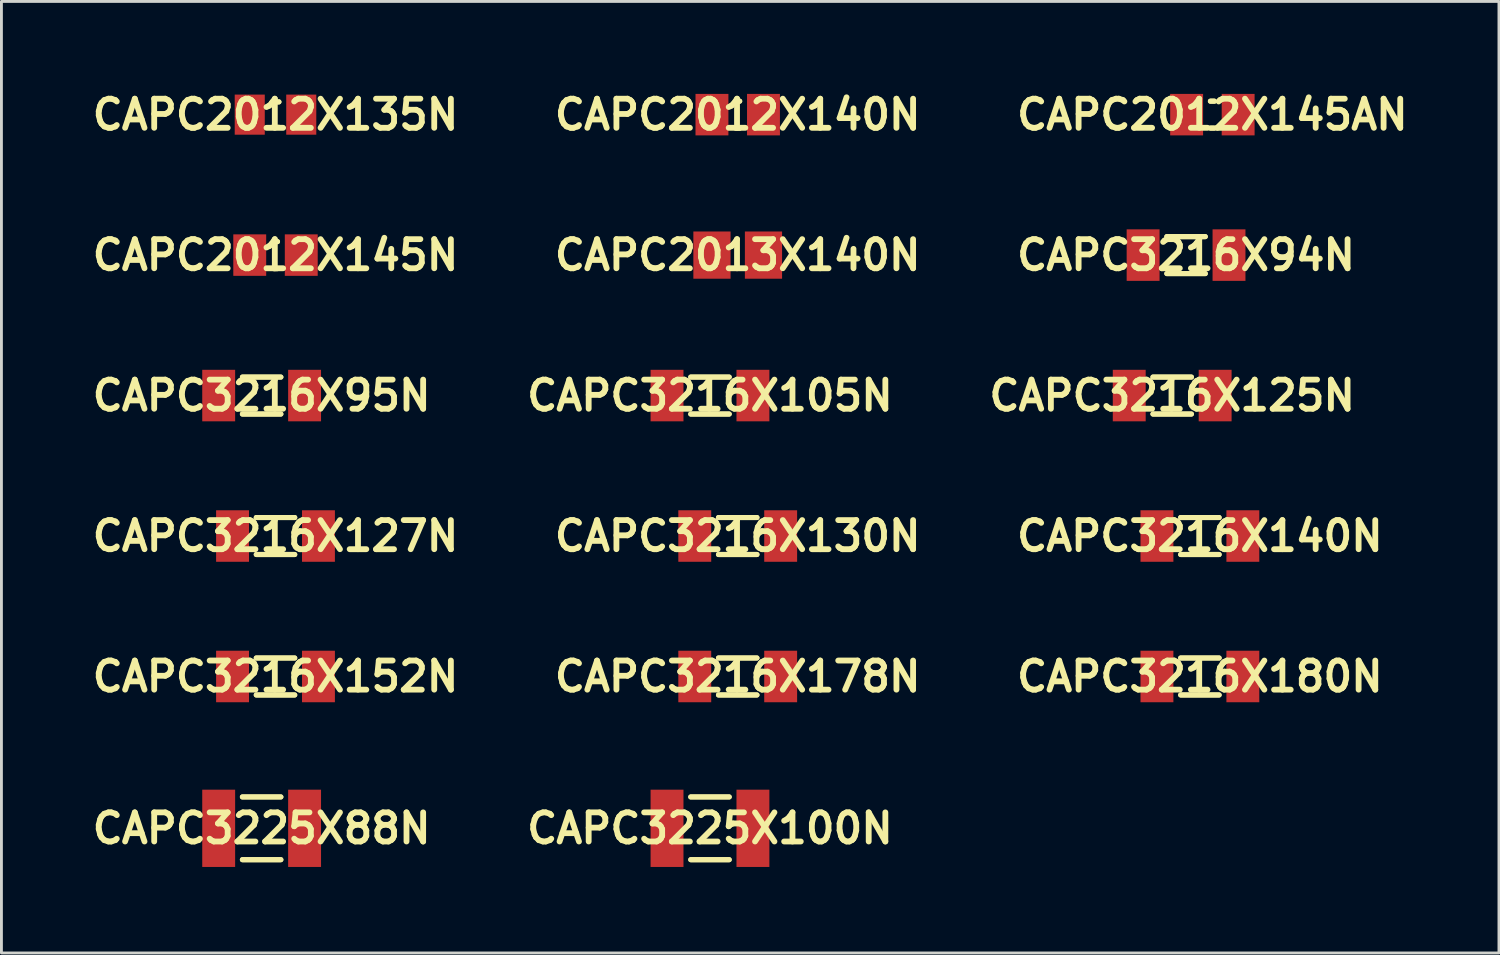
<source format=kicad_pcb>
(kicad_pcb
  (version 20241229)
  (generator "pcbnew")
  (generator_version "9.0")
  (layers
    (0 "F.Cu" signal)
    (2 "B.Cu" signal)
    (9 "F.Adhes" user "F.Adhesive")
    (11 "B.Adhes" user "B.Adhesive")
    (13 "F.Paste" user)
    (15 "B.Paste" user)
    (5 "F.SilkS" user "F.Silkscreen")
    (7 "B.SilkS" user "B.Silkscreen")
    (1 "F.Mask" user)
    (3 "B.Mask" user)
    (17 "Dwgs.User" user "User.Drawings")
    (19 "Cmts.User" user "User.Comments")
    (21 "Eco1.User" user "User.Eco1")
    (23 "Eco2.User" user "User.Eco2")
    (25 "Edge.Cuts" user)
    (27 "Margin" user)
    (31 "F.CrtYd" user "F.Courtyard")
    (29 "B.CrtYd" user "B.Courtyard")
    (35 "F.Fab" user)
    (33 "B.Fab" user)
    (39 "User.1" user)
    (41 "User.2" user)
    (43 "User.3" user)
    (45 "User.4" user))
  (footprint "CAPC2012X140N"
    (layer "F.Cu")
    (at 22.696 0.951)
    (property "Reference" "CAPC2012X140N" (at 0 0 0) (layer "F.SilkS") (effects (font (size 1.016 1.016) (thickness 0.203))))
    (attr smd)
    (fp_line (start -0.069 -0.47) (end 0.069 -0.47) (stroke (width 0.178) (type solid)) (layer "F.SilkS"))
    (fp_line (start -0.069 0.47) (end 0.069 0.47) (stroke (width 0.178) (type solid)) (layer "F.SilkS"))
    (fp_line (start 0.069 -0.47) (end -0.069 -0.47) (stroke (width 0.178) (type solid)) (layer "F.SilkS"))
    (fp_line (start 0.069 0.47) (end -0.069 0.47) (stroke (width 0.178) (type solid)) (layer "F.SilkS"))
    (pad "1" smd rect (at -0.899 0) (size 1.148 1.448) (layers "F.Cu" "F.Mask" "F.Paste"))
    (pad "2" smd rect (at 0.899 0) (size 1.148 1.448) (layers "F.Cu" "F.Mask" "F.Paste")))
  (footprint "CAPC3216X140N"
    (layer "F.Cu")
    (at 38.826 15.657)
    (property "Reference" "CAPC3216X140N" (at 0 0 0) (layer "F.SilkS") (effects (font (size 1.016 1.016) (thickness 0.203))))
    (attr smd)
    (fp_line (start -0.671 -0.645) (end 0.671 -0.645) (stroke (width 0.178) (type solid)) (layer "F.SilkS"))
    (fp_line (start -0.671 0.645) (end 0.671 0.645) (stroke (width 0.178) (type solid)) (layer "F.SilkS"))
    (fp_line (start 0.671 -0.645) (end -0.671 -0.645) (stroke (width 0.178) (type solid)) (layer "F.SilkS"))
    (fp_line (start 0.671 0.645) (end -0.671 0.645) (stroke (width 0.178) (type solid)) (layer "F.SilkS"))
    (pad "1" smd rect (at -1.499 0) (size 1.148 1.798) (layers "F.Cu" "F.Mask" "F.Paste"))
    (pad "2" smd rect (at 1.499 0) (size 1.148 1.798) (layers "F.Cu" "F.Mask" "F.Paste")))
  (footprint "CAPC3216X152N"
    (layer "F.Cu")
    (at 6.565 20.559)
    (property "Reference" "CAPC3216X152N" (at 0 0 0) (layer "F.SilkS") (effects (font (size 1.016 1.016) (thickness 0.203))))
    (attr smd)
    (fp_line (start -0.671 -0.645) (end 0.671 -0.645) (stroke (width 0.178) (type solid)) (layer "F.SilkS"))
    (fp_line (start -0.671 0.645) (end 0.671 0.645) (stroke (width 0.178) (type solid)) (layer "F.SilkS"))
    (fp_line (start 0.671 -0.645) (end -0.671 -0.645) (stroke (width 0.178) (type solid)) (layer "F.SilkS"))
    (fp_line (start 0.671 0.645) (end -0.671 0.645) (stroke (width 0.178) (type solid)) (layer "F.SilkS"))
    (pad "1" smd rect (at -1.499 0) (size 1.148 1.798) (layers "F.Cu" "F.Mask" "F.Paste"))
    (pad "2" smd rect (at 1.499 0) (size 1.148 1.798) (layers "F.Cu" "F.Mask" "F.Paste")))
  (footprint "CAPC3216X95N"
    (layer "F.Cu")
    (at 6.081 10.755)
    (property "Reference" "CAPC3216X95N" (at 0 0 0) (layer "F.SilkS") (effects (font (size 1.016 1.016) (thickness 0.203))))
    (attr smd)
    (fp_line (start -0.671 -0.645) (end 0.671 -0.645) (stroke (width 0.178) (type solid)) (layer "F.SilkS"))
    (fp_line (start -0.671 0.645) (end 0.671 0.645) (stroke (width 0.178) (type solid)) (layer "F.SilkS"))
    (fp_line (start 0.671 -0.645) (end -0.671 -0.645) (stroke (width 0.178) (type solid)) (layer "F.SilkS"))
    (fp_line (start 0.671 0.645) (end -0.671 0.645) (stroke (width 0.178) (type solid)) (layer "F.SilkS"))
    (pad "1" smd rect (at -1.499 0) (size 1.148 1.798) (layers "F.Cu" "F.Mask" "F.Paste"))
    (pad "2" smd rect (at 1.499 0) (size 1.148 1.798) (layers "F.Cu" "F.Mask" "F.Paste")))
  (footprint "CAPC2012X145AN"
    (layer "F.Cu")
    (at 39.262 0.951)
    (property "Reference" "CAPC2012X145AN" (at 0 0 0) (layer "F.SilkS") (effects (font (size 1.016 1.016) (thickness 0.203))))
    (attr smd)
    (fp_line (start -0.069 -0.47) (end 0.069 -0.47) (stroke (width 0.178) (type solid)) (layer "F.SilkS"))
    (fp_line (start -0.069 0.47) (end 0.069 0.47) (stroke (width 0.178) (type solid)) (layer "F.SilkS"))
    (fp_line (start 0.069 -0.47) (end -0.069 -0.47) (stroke (width 0.178) (type solid)) (layer "F.SilkS"))
    (fp_line (start 0.069 0.47) (end -0.069 0.47) (stroke (width 0.178) (type solid)) (layer "F.SilkS"))
    (pad "1" smd rect (at -0.899 0) (size 1.148 1.448) (layers "F.Cu" "F.Mask" "F.Paste"))
    (pad "2" smd rect (at 0.899 0) (size 1.148 1.448) (layers "F.Cu" "F.Mask" "F.Paste")))
  (footprint "CAPC3225X100N"
    (layer "F.Cu")
    (at 21.728 25.858)
    (property "Reference" "CAPC3225X100N" (at 0 0 0) (layer "F.SilkS") (effects (font (size 1.016 1.016) (thickness 0.203))))
    (attr smd)
    (fp_line (start -0.671 -1.095) (end 0.671 -1.095) (stroke (width 0.178) (type solid)) (layer "F.SilkS"))
    (fp_line (start -0.671 1.095) (end 0.671 1.095) (stroke (width 0.178) (type solid)) (layer "F.SilkS"))
    (fp_line (start 0.671 -1.095) (end -0.671 -1.095) (stroke (width 0.178) (type solid)) (layer "F.SilkS"))
    (fp_line (start 0.671 1.095) (end -0.671 1.095) (stroke (width 0.178) (type solid)) (layer "F.SilkS"))
    (pad "1" smd rect (at -1.499 0) (size 1.148 2.697) (layers "F.Cu" "F.Mask" "F.Paste"))
    (pad "2" smd rect (at 1.499 0) (size 1.148 2.697) (layers "F.Cu" "F.Mask" "F.Paste")))
  (footprint "CAPC2012X145N"
    (layer "F.Cu")
    (at 6.565 5.853)
    (property "Reference" "CAPC2012X145N" (at 0 0 0) (layer "F.SilkS") (effects (font (size 1.016 1.016) (thickness 0.203))))
    (attr smd)
    (fp_line (start -0.069 -0.47) (end 0.069 -0.47) (stroke (width 0.178) (type solid)) (layer "F.SilkS"))
    (fp_line (start -0.069 0.47) (end 0.069 0.47) (stroke (width 0.178) (type solid)) (layer "F.SilkS"))
    (fp_line (start 0.069 -0.47) (end -0.069 -0.47) (stroke (width 0.178) (type solid)) (layer "F.SilkS"))
    (fp_line (start 0.069 0.47) (end -0.069 0.47) (stroke (width 0.178) (type solid)) (layer "F.SilkS"))
    (pad "1" smd rect (at -0.899 0) (size 1.148 1.448) (layers "F.Cu" "F.Mask" "F.Paste"))
    (pad "2" smd rect (at 0.899 0) (size 1.148 1.448) (layers "F.Cu" "F.Mask" "F.Paste")))
  (footprint "CAPC3216X105N"
    (layer "F.Cu")
    (at 21.728 10.755)
    (property "Reference" "CAPC3216X105N" (at 0 0 0) (layer "F.SilkS") (effects (font (size 1.016 1.016) (thickness 0.203))))
    (attr smd)
    (fp_line (start -0.671 -0.645) (end 0.671 -0.645) (stroke (width 0.178) (type solid)) (layer "F.SilkS"))
    (fp_line (start -0.671 0.645) (end 0.671 0.645) (stroke (width 0.178) (type solid)) (layer "F.SilkS"))
    (fp_line (start 0.671 -0.645) (end -0.671 -0.645) (stroke (width 0.178) (type solid)) (layer "F.SilkS"))
    (fp_line (start 0.671 0.645) (end -0.671 0.645) (stroke (width 0.178) (type solid)) (layer "F.SilkS"))
    (pad "1" smd rect (at -1.499 0) (size 1.148 1.798) (layers "F.Cu" "F.Mask" "F.Paste"))
    (pad "2" smd rect (at 1.499 0) (size 1.148 1.798) (layers "F.Cu" "F.Mask" "F.Paste")))
  (footprint "CAPC3216X94N"
    (layer "F.Cu")
    (at 38.343 5.853)
    (property "Reference" "CAPC3216X94N" (at 0 0 0) (layer "F.SilkS") (effects (font (size 1.016 1.016) (thickness 0.203))))
    (attr smd)
    (fp_line (start -0.671 -0.645) (end 0.671 -0.645) (stroke (width 0.178) (type solid)) (layer "F.SilkS"))
    (fp_line (start -0.671 0.645) (end 0.671 0.645) (stroke (width 0.178) (type solid)) (layer "F.SilkS"))
    (fp_line (start 0.671 -0.645) (end -0.671 -0.645) (stroke (width 0.178) (type solid)) (layer "F.SilkS"))
    (fp_line (start 0.671 0.645) (end -0.671 0.645) (stroke (width 0.178) (type solid)) (layer "F.SilkS"))
    (pad "1" smd rect (at -1.499 0) (size 1.148 1.798) (layers "F.Cu" "F.Mask" "F.Paste"))
    (pad "2" smd rect (at 1.499 0) (size 1.148 1.798) (layers "F.Cu" "F.Mask" "F.Paste")))
  (footprint "CAPC2013X140N"
    (layer "F.Cu")
    (at 22.696 5.853)
    (property "Reference" "CAPC2013X140N" (at 0 0 0) (layer "F.SilkS") (effects (font (size 1.016 1.016) (thickness 0.203))))
    (attr smd)
    (pad "1" smd rect (at -0.899 0) (size 1.298 1.648) (layers "F.Cu" "F.Mask" "F.Paste"))
    (pad "2" smd rect (at 0.899 0) (size 1.298 1.648) (layers "F.Cu" "F.Mask" "F.Paste")))
  (footprint "CAPC3216X125N"
    (layer "F.Cu")
    (at 37.859 10.755)
    (property "Reference" "CAPC3216X125N" (at 0 0 0) (layer "F.SilkS") (effects (font (size 1.016 1.016) (thickness 0.203))))
    (attr smd)
    (fp_line (start -0.671 -0.645) (end 0.671 -0.645) (stroke (width 0.178) (type solid)) (layer "F.SilkS"))
    (fp_line (start -0.671 0.645) (end 0.671 0.645) (stroke (width 0.178) (type solid)) (layer "F.SilkS"))
    (fp_line (start 0.671 -0.645) (end -0.671 -0.645) (stroke (width 0.178) (type solid)) (layer "F.SilkS"))
    (fp_line (start 0.671 0.645) (end -0.671 0.645) (stroke (width 0.178) (type solid)) (layer "F.SilkS"))
    (pad "1" smd rect (at -1.499 0) (size 1.148 1.798) (layers "F.Cu" "F.Mask" "F.Paste"))
    (pad "2" smd rect (at 1.499 0) (size 1.148 1.798) (layers "F.Cu" "F.Mask" "F.Paste")))
  (footprint "CAPC3225X88N"
    (layer "F.Cu")
    (at 6.081 25.858)
    (property "Reference" "CAPC3225X88N" (at 0 0 0) (layer "F.SilkS") (effects (font (size 1.016 1.016) (thickness 0.203))))
    (attr smd)
    (fp_line (start -0.671 -1.095) (end 0.671 -1.095) (stroke (width 0.178) (type solid)) (layer "F.SilkS"))
    (fp_line (start -0.671 1.095) (end 0.671 1.095) (stroke (width 0.178) (type solid)) (layer "F.SilkS"))
    (fp_line (start 0.671 -1.095) (end -0.671 -1.095) (stroke (width 0.178) (type solid)) (layer "F.SilkS"))
    (fp_line (start 0.671 1.095) (end -0.671 1.095) (stroke (width 0.178) (type solid)) (layer "F.SilkS"))
    (pad "1" smd rect (at -1.499 0) (size 1.148 2.697) (layers "F.Cu" "F.Mask" "F.Paste"))
    (pad "2" smd rect (at 1.499 0) (size 1.148 2.697) (layers "F.Cu" "F.Mask" "F.Paste")))
  (footprint "CAPC3216X180N"
    (layer "F.Cu")
    (at 38.826 20.559)
    (property "Reference" "CAPC3216X180N" (at 0 0 0) (layer "F.SilkS") (effects (font (size 1.016 1.016) (thickness 0.203))))
    (attr smd)
    (fp_line (start -0.671 -0.645) (end 0.671 -0.645) (stroke (width 0.178) (type solid)) (layer "F.SilkS"))
    (fp_line (start -0.671 0.645) (end 0.671 0.645) (stroke (width 0.178) (type solid)) (layer "F.SilkS"))
    (fp_line (start 0.671 -0.645) (end -0.671 -0.645) (stroke (width 0.178) (type solid)) (layer "F.SilkS"))
    (fp_line (start 0.671 0.645) (end -0.671 0.645) (stroke (width 0.178) (type solid)) (layer "F.SilkS"))
    (pad "1" smd rect (at -1.499 0) (size 1.148 1.798) (layers "F.Cu" "F.Mask" "F.Paste"))
    (pad "2" smd rect (at 1.499 0) (size 1.148 1.798) (layers "F.Cu" "F.Mask" "F.Paste")))
  (footprint "CAPC2012X135N"
    (layer "F.Cu")
    (at 6.565 0.951)
    (property "Reference" "CAPC2012X135N" (at 0 0 0) (layer "F.SilkS") (effects (font (size 1.016 1.016) (thickness 0.203))))
    (attr smd)
    (fp_line (start -0.119 -0.445) (end 0.119 -0.445) (stroke (width 0.178) (type solid)) (layer "F.SilkS"))
    (fp_line (start -0.119 0.445) (end 0.119 0.445) (stroke (width 0.178) (type solid)) (layer "F.SilkS"))
    (fp_line (start 0.119 -0.445) (end -0.119 -0.445) (stroke (width 0.178) (type solid)) (layer "F.SilkS"))
    (fp_line (start 0.119 0.445) (end -0.119 0.445) (stroke (width 0.178) (type solid)) (layer "F.SilkS"))
    (pad "1" smd rect (at -0.899 0) (size 1.049 1.4) (layers "F.Cu" "F.Mask" "F.Paste"))
    (pad "2" smd rect (at 0.899 0) (size 1.049 1.4) (layers "F.Cu" "F.Mask" "F.Paste")))
  (footprint "CAPC3216X127N"
    (layer "F.Cu")
    (at 6.565 15.657)
    (property "Reference" "CAPC3216X127N" (at 0 0 0) (layer "F.SilkS") (effects (font (size 1.016 1.016) (thickness 0.203))))
    (attr smd)
    (fp_line (start -0.671 -0.645) (end 0.671 -0.645) (stroke (width 0.178) (type solid)) (layer "F.SilkS"))
    (fp_line (start -0.671 0.645) (end 0.671 0.645) (stroke (width 0.178) (type solid)) (layer "F.SilkS"))
    (fp_line (start 0.671 -0.645) (end -0.671 -0.645) (stroke (width 0.178) (type solid)) (layer "F.SilkS"))
    (fp_line (start 0.671 0.645) (end -0.671 0.645) (stroke (width 0.178) (type solid)) (layer "F.SilkS"))
    (pad "1" smd rect (at -1.499 0) (size 1.148 1.798) (layers "F.Cu" "F.Mask" "F.Paste"))
    (pad "2" smd rect (at 1.499 0) (size 1.148 1.798) (layers "F.Cu" "F.Mask" "F.Paste")))
  (footprint "CAPC3216X130N"
    (layer "F.Cu")
    (at 22.696 15.657)
    (property "Reference" "CAPC3216X130N" (at 0 0 0) (layer "F.SilkS") (effects (font (size 1.016 1.016) (thickness 0.203))))
    (attr smd)
    (fp_line (start -0.671 -0.645) (end 0.671 -0.645) (stroke (width 0.178) (type solid)) (layer "F.SilkS"))
    (fp_line (start -0.671 0.645) (end 0.671 0.645) (stroke (width 0.178) (type solid)) (layer "F.SilkS"))
    (fp_line (start 0.671 -0.645) (end -0.671 -0.645) (stroke (width 0.178) (type solid)) (layer "F.SilkS"))
    (fp_line (start 0.671 0.645) (end -0.671 0.645) (stroke (width 0.178) (type solid)) (layer "F.SilkS"))
    (pad "1" smd rect (at -1.499 0) (size 1.148 1.798) (layers "F.Cu" "F.Mask" "F.Paste"))
    (pad "2" smd rect (at 1.499 0) (size 1.148 1.798) (layers "F.Cu" "F.Mask" "F.Paste")))
  (footprint "CAPC3216X178N"
    (layer "F.Cu")
    (at 22.696 20.559)
    (property "Reference" "CAPC3216X178N" (at 0 0 0) (layer "F.SilkS") (effects (font (size 1.016 1.016) (thickness 0.203))))
    (attr smd)
    (fp_line (start -0.671 -0.645) (end 0.671 -0.645) (stroke (width 0.178) (type solid)) (layer "F.SilkS"))
    (fp_line (start -0.671 0.645) (end 0.671 0.645) (stroke (width 0.178) (type solid)) (layer "F.SilkS"))
    (fp_line (start 0.671 -0.645) (end -0.671 -0.645) (stroke (width 0.178) (type solid)) (layer "F.SilkS"))
    (fp_line (start 0.671 0.645) (end -0.671 0.645) (stroke (width 0.178) (type solid)) (layer "F.SilkS"))
    (pad "1" smd rect (at -1.499 0) (size 1.148 1.798) (layers "F.Cu" "F.Mask" "F.Paste"))
    (pad "2" smd rect (at 1.499 0) (size 1.148 1.798) (layers "F.Cu" "F.Mask" "F.Paste")))
  (gr_rect
    (start -3 -3)
    (end 49.263 30.207)
    (stroke (width 0.1) (type default))
    (fill no)
    (layer "Edge.Cuts")))
</source>
